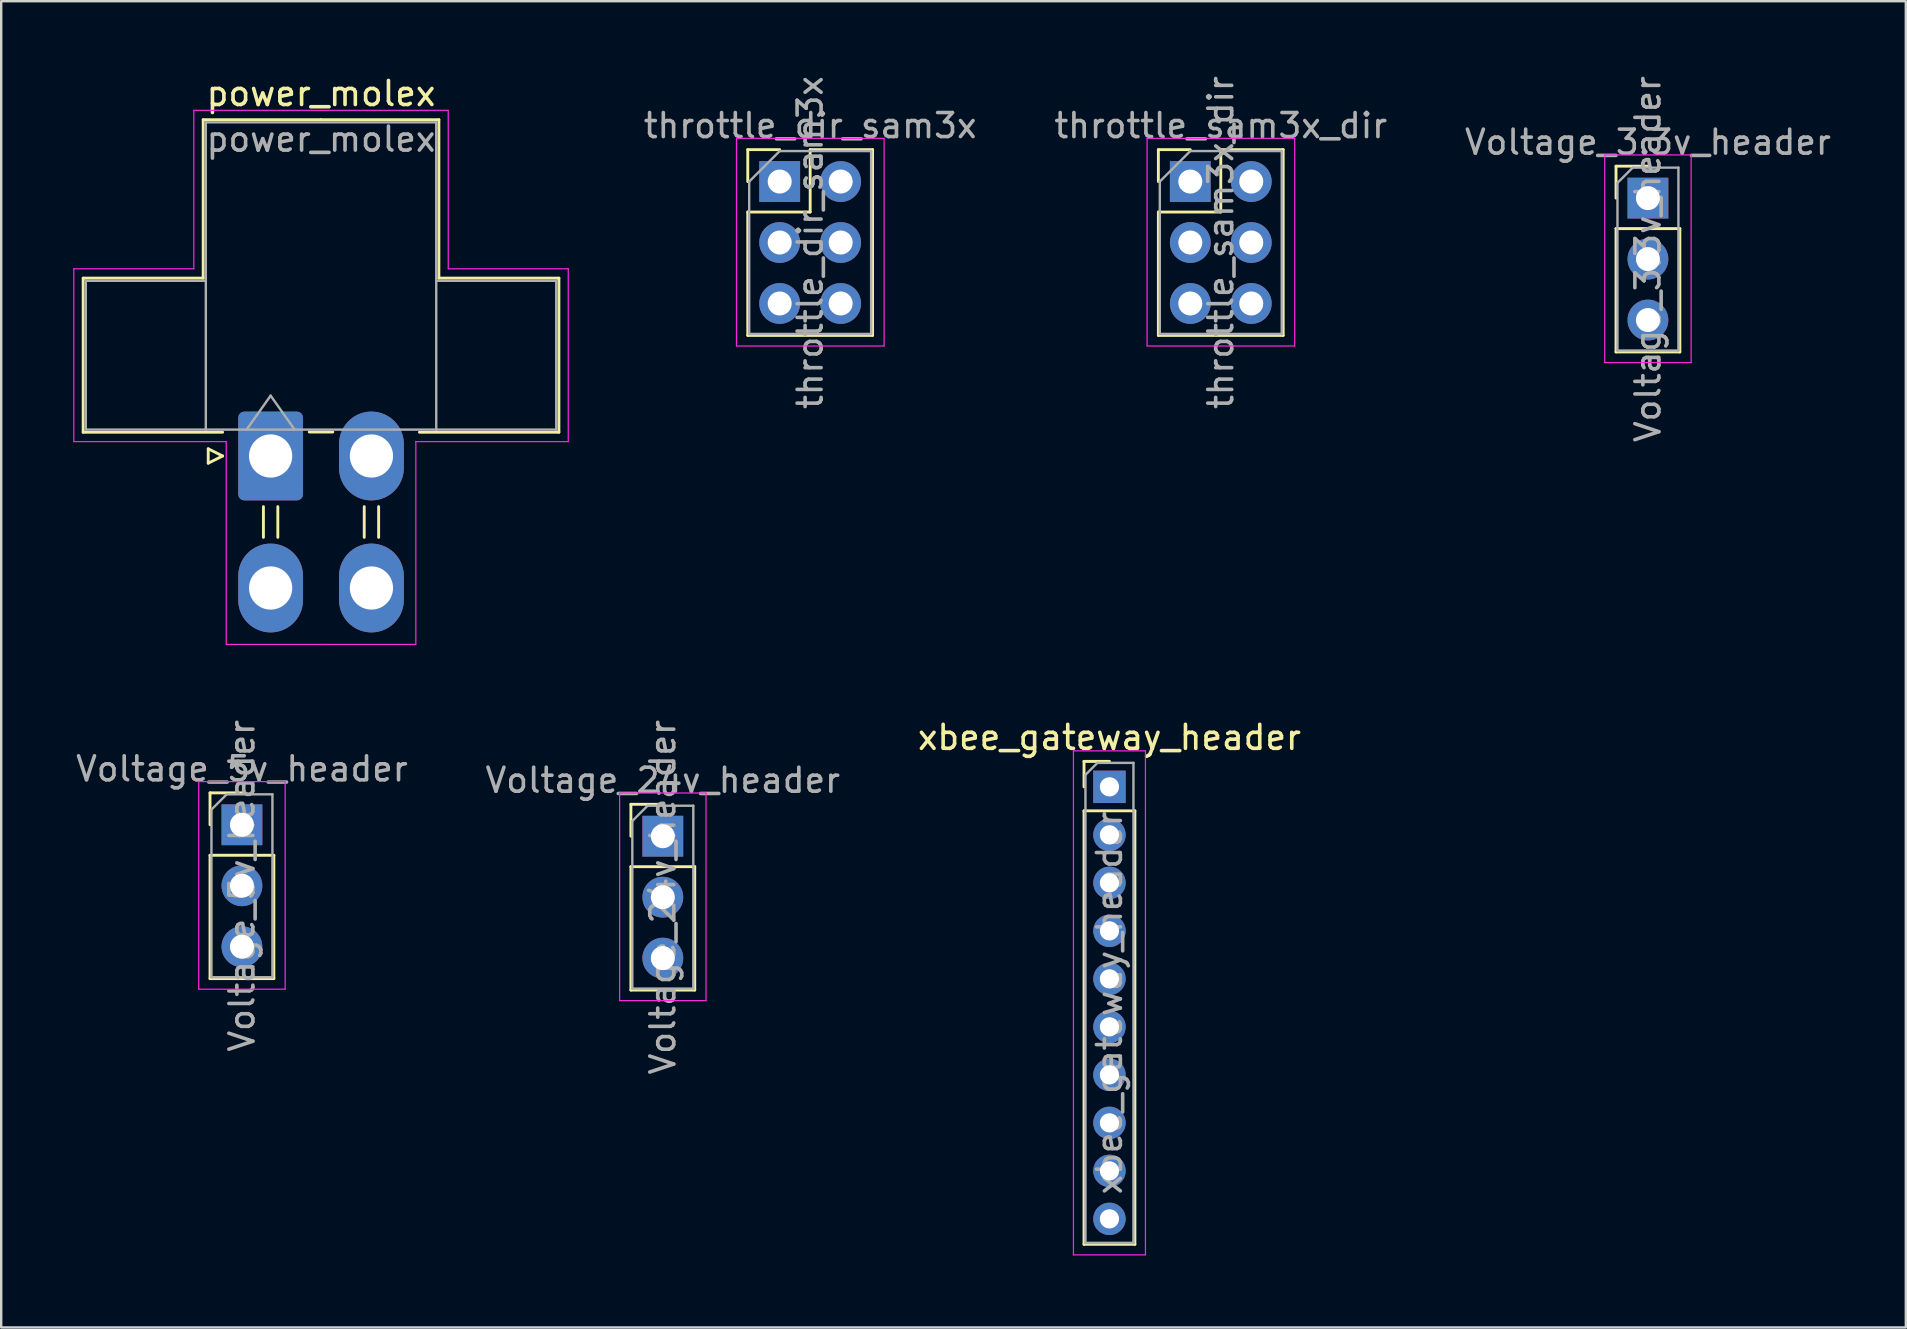
<source format=kicad_pcb>
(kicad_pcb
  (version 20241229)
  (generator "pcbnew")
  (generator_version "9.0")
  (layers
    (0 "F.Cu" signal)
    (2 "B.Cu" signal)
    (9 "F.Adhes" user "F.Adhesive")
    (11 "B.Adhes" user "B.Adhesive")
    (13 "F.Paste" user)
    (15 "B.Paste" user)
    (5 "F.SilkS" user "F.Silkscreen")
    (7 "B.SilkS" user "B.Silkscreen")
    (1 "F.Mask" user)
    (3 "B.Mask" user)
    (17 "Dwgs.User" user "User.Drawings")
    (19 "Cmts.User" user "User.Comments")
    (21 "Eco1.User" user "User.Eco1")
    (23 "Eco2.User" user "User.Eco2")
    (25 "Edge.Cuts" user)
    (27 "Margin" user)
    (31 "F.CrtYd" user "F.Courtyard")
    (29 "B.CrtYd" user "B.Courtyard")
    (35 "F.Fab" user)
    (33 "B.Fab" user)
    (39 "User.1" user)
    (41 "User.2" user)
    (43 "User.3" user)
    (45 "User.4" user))
  (footprint "Voltage_5v_header"
    (layer "F.Cu")
    (at 7.03 31.313)
    (property "Reference" "Voltage_5v_header" (at 0 -2.33 0) (layer "F.Fab") (effects (font (size 1 1) (thickness 0.15))))
    (attr through_hole)
    (fp_line (start -1.33 -1.33) (end 0 -1.33) (stroke (width 0.12) (type solid)) (layer "F.SilkS"))
    (fp_line (start -1.33 0) (end -1.33 -1.33) (stroke (width 0.12) (type solid)) (layer "F.SilkS"))
    (fp_line (start -1.33 1.27) (end -1.33 6.41) (stroke (width 0.12) (type solid)) (layer "F.SilkS"))
    (fp_line (start -1.33 1.27) (end 1.33 1.27) (stroke (width 0.12) (type solid)) (layer "F.SilkS"))
    (fp_line (start -1.33 6.41) (end 1.33 6.41) (stroke (width 0.12) (type solid)) (layer "F.SilkS"))
    (fp_line (start 1.33 1.27) (end 1.33 6.41) (stroke (width 0.12) (type solid)) (layer "F.SilkS"))
    (fp_line (start -1.8 -1.8) (end -1.8 6.85) (stroke (width 0.05) (type solid)) (layer "F.CrtYd"))
    (fp_line (start -1.8 6.85) (end 1.8 6.85) (stroke (width 0.05) (type solid)) (layer "F.CrtYd"))
    (fp_line (start 1.8 -1.8) (end -1.8 -1.8) (stroke (width 0.05) (type solid)) (layer "F.CrtYd"))
    (fp_line (start 1.8 6.85) (end 1.8 -1.8) (stroke (width 0.05) (type solid)) (layer "F.CrtYd"))
    (fp_line (start -1.27 -0.635) (end -0.635 -1.27) (stroke (width 0.1) (type solid)) (layer "F.Fab"))
    (fp_line (start -1.27 6.35) (end -1.27 -0.635) (stroke (width 0.1) (type solid)) (layer "F.Fab"))
    (fp_line (start -0.635 -1.27) (end 1.27 -1.27) (stroke (width 0.1) (type solid)) (layer "F.Fab"))
    (fp_line (start 1.27 -1.27) (end 1.27 6.35) (stroke (width 0.1) (type solid)) (layer "F.Fab"))
    (fp_line (start 1.27 6.35) (end -1.27 6.35) (stroke (width 0.1) (type solid)) (layer "F.Fab"))
    (fp_text user "${REFERENCE}" (at 0 2.54 90) (layer "F.Fab") (effects (font (size 1 1) (thickness 0.15))))
    (pad "1" thru_hole rect (at 0 0) (size 1.7 1.7) (drill 1) (layers "*.Cu" "*.Mask"))
    (pad "2" thru_hole oval (at 0 2.54) (size 1.7 1.7) (drill 1) (layers "*.Cu" "*.Mask"))
    (pad "3" thru_hole oval (at 0 5.08) (size 1.7 1.7) (drill 1) (layers "*.Cu" "*.Mask")))
  (footprint "xbee_gateway_header"
    (layer "F.Cu")
    (at 43.173 29.732)
    (property "Reference" "xbee_gateway_header" (at 0 -2.06 0) (layer "F.SilkS") (effects (font (size 1 1) (thickness 0.15))))
    (attr through_hole)
    (fp_line (start -1.06 -1.06) (end 0 -1.06) (stroke (width 0.12) (type solid)) (layer "F.SilkS"))
    (fp_line (start -1.06 0) (end -1.06 -1.06) (stroke (width 0.12) (type solid)) (layer "F.SilkS"))
    (fp_line (start -1.06 1) (end -1.06 19.06) (stroke (width 0.12) (type solid)) (layer "F.SilkS"))
    (fp_line (start -1.06 1) (end 1.06 1) (stroke (width 0.12) (type solid)) (layer "F.SilkS"))
    (fp_line (start -1.06 19.06) (end 1.06 19.06) (stroke (width 0.12) (type solid)) (layer "F.SilkS"))
    (fp_line (start 1.06 1) (end 1.06 19.06) (stroke (width 0.12) (type solid)) (layer "F.SilkS"))
    (fp_line (start -1.5 -1.5) (end -1.5 19.5) (stroke (width 0.05) (type solid)) (layer "F.CrtYd"))
    (fp_line (start -1.5 19.5) (end 1.5 19.5) (stroke (width 0.05) (type solid)) (layer "F.CrtYd"))
    (fp_line (start 1.5 -1.5) (end -1.5 -1.5) (stroke (width 0.05) (type solid)) (layer "F.CrtYd"))
    (fp_line (start 1.5 19.5) (end 1.5 -1.5) (stroke (width 0.05) (type solid)) (layer "F.CrtYd"))
    (fp_line (start -1 -0.5) (end -0.5 -1) (stroke (width 0.1) (type solid)) (layer "F.Fab"))
    (fp_line (start -1 19) (end -1 -0.5) (stroke (width 0.1) (type solid)) (layer "F.Fab"))
    (fp_line (start -0.5 -1) (end 1 -1) (stroke (width 0.1) (type solid)) (layer "F.Fab"))
    (fp_line (start 1 -1) (end 1 19) (stroke (width 0.1) (type solid)) (layer "F.Fab"))
    (fp_line (start 1 19) (end -1 19) (stroke (width 0.1) (type solid)) (layer "F.Fab"))
    (fp_text user "${REFERENCE}" (at 0 9 90) (layer "F.Fab") (effects (font (size 1 1) (thickness 0.15))))
    (pad "1" thru_hole rect (at 0 0) (size 1.35 1.35) (drill 0.8) (layers "*.Cu" "*.Mask"))
    (pad "2" thru_hole oval (at 0 2) (size 1.35 1.35) (drill 0.8) (layers "*.Cu" "*.Mask"))
    (pad "3" thru_hole oval (at 0 4) (size 1.35 1.35) (drill 0.8) (layers "*.Cu" "*.Mask"))
    (pad "4" thru_hole oval (at 0 6) (size 1.35 1.35) (drill 0.8) (layers "*.Cu" "*.Mask"))
    (pad "5" thru_hole oval (at 0 8) (size 1.35 1.35) (drill 0.8) (layers "*.Cu" "*.Mask"))
    (pad "6" thru_hole oval (at 0 10) (size 1.35 1.35) (drill 0.8) (layers "*.Cu" "*.Mask"))
    (pad "7" thru_hole oval (at 0 12) (size 1.35 1.35) (drill 0.8) (layers "*.Cu" "*.Mask"))
    (pad "8" thru_hole oval (at 0 14) (size 1.35 1.35) (drill 0.8) (layers "*.Cu" "*.Mask"))
    (pad "9" thru_hole oval (at 0 16) (size 1.35 1.35) (drill 0.8) (layers "*.Cu" "*.Mask"))
    (pad "10" thru_hole oval (at 0 18) (size 1.35 1.35) (drill 0.8) (layers "*.Cu" "*.Mask")))
  (footprint "Voltage_3.3v_header"
    (layer "F.Cu")
    (at 65.608 5.204)
    (property "Reference" "Voltage_3.3v_header" (at 0 -2.33 0) (layer "F.Fab") (effects (font (size 1 1) (thickness 0.15))))
    (attr through_hole)
    (fp_line (start -1.33 -1.33) (end 0 -1.33) (stroke (width 0.12) (type solid)) (layer "F.SilkS"))
    (fp_line (start -1.33 0) (end -1.33 -1.33) (stroke (width 0.12) (type solid)) (layer "F.SilkS"))
    (fp_line (start -1.33 1.27) (end -1.33 6.41) (stroke (width 0.12) (type solid)) (layer "F.SilkS"))
    (fp_line (start -1.33 1.27) (end 1.33 1.27) (stroke (width 0.12) (type solid)) (layer "F.SilkS"))
    (fp_line (start -1.33 6.41) (end 1.33 6.41) (stroke (width 0.12) (type solid)) (layer "F.SilkS"))
    (fp_line (start 1.33 1.27) (end 1.33 6.41) (stroke (width 0.12) (type solid)) (layer "F.SilkS"))
    (fp_line (start -1.8 -1.8) (end -1.8 6.85) (stroke (width 0.05) (type solid)) (layer "F.CrtYd"))
    (fp_line (start -1.8 6.85) (end 1.8 6.85) (stroke (width 0.05) (type solid)) (layer "F.CrtYd"))
    (fp_line (start 1.8 -1.8) (end -1.8 -1.8) (stroke (width 0.05) (type solid)) (layer "F.CrtYd"))
    (fp_line (start 1.8 6.85) (end 1.8 -1.8) (stroke (width 0.05) (type solid)) (layer "F.CrtYd"))
    (fp_line (start -1.27 -0.635) (end -0.635 -1.27) (stroke (width 0.1) (type solid)) (layer "F.Fab"))
    (fp_line (start -1.27 6.35) (end -1.27 -0.635) (stroke (width 0.1) (type solid)) (layer "F.Fab"))
    (fp_line (start -0.635 -1.27) (end 1.27 -1.27) (stroke (width 0.1) (type solid)) (layer "F.Fab"))
    (fp_line (start 1.27 -1.27) (end 1.27 6.35) (stroke (width 0.1) (type solid)) (layer "F.Fab"))
    (fp_line (start 1.27 6.35) (end -1.27 6.35) (stroke (width 0.1) (type solid)) (layer "F.Fab"))
    (fp_text user "${REFERENCE}" (at 0 2.54 90) (layer "F.Fab") (effects (font (size 1 1) (thickness 0.15))))
    (pad "1" thru_hole rect (at 0 0) (size 1.7 1.7) (drill 1) (layers "*.Cu" "*.Mask"))
    (pad "2" thru_hole oval (at 0 2.54) (size 1.7 1.7) (drill 1) (layers "*.Cu" "*.Mask"))
    (pad "3" thru_hole oval (at 0 5.08) (size 1.7 1.7) (drill 1) (layers "*.Cu" "*.Mask")))
  (footprint "Voltage_24v_header"
    (layer "F.Cu")
    (at 24.565 31.789)
    (property "Reference" "Voltage_24v_header" (at 0 -2.33 0) (layer "F.Fab") (effects (font (size 1 1) (thickness 0.15))))
    (attr through_hole)
    (fp_line (start -1.33 -1.33) (end 0 -1.33) (stroke (width 0.12) (type solid)) (layer "F.SilkS"))
    (fp_line (start -1.33 0) (end -1.33 -1.33) (stroke (width 0.12) (type solid)) (layer "F.SilkS"))
    (fp_line (start -1.33 1.27) (end -1.33 6.41) (stroke (width 0.12) (type solid)) (layer "F.SilkS"))
    (fp_line (start -1.33 1.27) (end 1.33 1.27) (stroke (width 0.12) (type solid)) (layer "F.SilkS"))
    (fp_line (start -1.33 6.41) (end 1.33 6.41) (stroke (width 0.12) (type solid)) (layer "F.SilkS"))
    (fp_line (start 1.33 1.27) (end 1.33 6.41) (stroke (width 0.12) (type solid)) (layer "F.SilkS"))
    (fp_line (start -1.8 -1.8) (end -1.8 6.85) (stroke (width 0.05) (type solid)) (layer "F.CrtYd"))
    (fp_line (start -1.8 6.85) (end 1.8 6.85) (stroke (width 0.05) (type solid)) (layer "F.CrtYd"))
    (fp_line (start 1.8 -1.8) (end -1.8 -1.8) (stroke (width 0.05) (type solid)) (layer "F.CrtYd"))
    (fp_line (start 1.8 6.85) (end 1.8 -1.8) (stroke (width 0.05) (type solid)) (layer "F.CrtYd"))
    (fp_line (start -1.27 -0.635) (end -0.635 -1.27) (stroke (width 0.1) (type solid)) (layer "F.Fab"))
    (fp_line (start -1.27 6.35) (end -1.27 -0.635) (stroke (width 0.1) (type solid)) (layer "F.Fab"))
    (fp_line (start -0.635 -1.27) (end 1.27 -1.27) (stroke (width 0.1) (type solid)) (layer "F.Fab"))
    (fp_line (start 1.27 -1.27) (end 1.27 6.35) (stroke (width 0.1) (type solid)) (layer "F.Fab"))
    (fp_line (start 1.27 6.35) (end -1.27 6.35) (stroke (width 0.1) (type solid)) (layer "F.Fab"))
    (fp_text user "${REFERENCE}" (at 0 2.54 90) (layer "F.Fab") (effects (font (size 1 1) (thickness 0.15))))
    (pad "1" thru_hole rect (at 0 0) (size 1.7 1.7) (drill 1) (layers "*.Cu" "*.Mask"))
    (pad "2" thru_hole oval (at 0 2.54) (size 1.7 1.7) (drill 1) (layers "*.Cu" "*.Mask"))
    (pad "3" thru_hole oval (at 0 5.08) (size 1.7 1.7) (drill 1) (layers "*.Cu" "*.Mask")))
  (footprint "throttle_dir_sam3x"
    (layer "F.Cu")
    (at 29.434 4.514)
    (property "Reference" "throttle_dir_sam3x" (at 1.27 -2.33 0) (layer "F.Fab") (effects (font (size 1 1) (thickness 0.15))))
    (attr through_hole)
    (fp_line (start -1.33 -1.33) (end 0 -1.33) (stroke (width 0.12) (type solid)) (layer "F.SilkS"))
    (fp_line (start -1.33 0) (end -1.33 -1.33) (stroke (width 0.12) (type solid)) (layer "F.SilkS"))
    (fp_line (start -1.33 1.27) (end -1.33 6.41) (stroke (width 0.12) (type solid)) (layer "F.SilkS"))
    (fp_line (start -1.33 1.27) (end 1.27 1.27) (stroke (width 0.12) (type solid)) (layer "F.SilkS"))
    (fp_line (start -1.33 6.41) (end 3.87 6.41) (stroke (width 0.12) (type solid)) (layer "F.SilkS"))
    (fp_line (start 1.27 -1.33) (end 3.87 -1.33) (stroke (width 0.12) (type solid)) (layer "F.SilkS"))
    (fp_line (start 1.27 1.27) (end 1.27 -1.33) (stroke (width 0.12) (type solid)) (layer "F.SilkS"))
    (fp_line (start 3.87 -1.33) (end 3.87 6.41) (stroke (width 0.12) (type solid)) (layer "F.SilkS"))
    (fp_line (start -1.8 -1.8) (end -1.8 6.85) (stroke (width 0.05) (type solid)) (layer "F.CrtYd"))
    (fp_line (start -1.8 6.85) (end 4.35 6.85) (stroke (width 0.05) (type solid)) (layer "F.CrtYd"))
    (fp_line (start 4.35 -1.8) (end -1.8 -1.8) (stroke (width 0.05) (type solid)) (layer "F.CrtYd"))
    (fp_line (start 4.35 6.85) (end 4.35 -1.8) (stroke (width 0.05) (type solid)) (layer "F.CrtYd"))
    (fp_line (start -1.27 0) (end 0 -1.27) (stroke (width 0.1) (type solid)) (layer "F.Fab"))
    (fp_line (start -1.27 6.35) (end -1.27 0) (stroke (width 0.1) (type solid)) (layer "F.Fab"))
    (fp_line (start 0 -1.27) (end 3.81 -1.27) (stroke (width 0.1) (type solid)) (layer "F.Fab"))
    (fp_line (start 3.81 -1.27) (end 3.81 6.35) (stroke (width 0.1) (type solid)) (layer "F.Fab"))
    (fp_line (start 3.81 6.35) (end -1.27 6.35) (stroke (width 0.1) (type solid)) (layer "F.Fab"))
    (fp_text user "${REFERENCE}" (at 1.27 2.54 90) (layer "F.Fab") (effects (font (size 1 1) (thickness 0.15))))
    (pad "1" thru_hole rect (at 0 0) (size 1.7 1.7) (drill 1) (layers "*.Cu" "*.Mask"))
    (pad "2" thru_hole oval (at 2.54 0) (size 1.7 1.7) (drill 1) (layers "*.Cu" "*.Mask"))
    (pad "3" thru_hole oval (at 0 2.54) (size 1.7 1.7) (drill 1) (layers "*.Cu" "*.Mask"))
    (pad "4" thru_hole oval (at 2.54 2.54) (size 1.7 1.7) (drill 1) (layers "*.Cu" "*.Mask"))
    (pad "5" thru_hole oval (at 0 5.08) (size 1.7 1.7) (drill 1) (layers "*.Cu" "*.Mask"))
    (pad "6" thru_hole oval (at 2.54 5.08) (size 1.7 1.7) (drill 1) (layers "*.Cu" "*.Mask")))
  (footprint "throttle_sam3x_dir"
    (layer "F.Cu")
    (at 46.541 4.514)
    (property "Reference" "throttle_sam3x_dir" (at 1.27 -2.33 0) (layer "F.Fab") (effects (font (size 1 1) (thickness 0.15))))
    (attr through_hole)
    (fp_line (start -1.33 -1.33) (end 0 -1.33) (stroke (width 0.12) (type solid)) (layer "F.SilkS"))
    (fp_line (start -1.33 0) (end -1.33 -1.33) (stroke (width 0.12) (type solid)) (layer "F.SilkS"))
    (fp_line (start -1.33 1.27) (end -1.33 6.41) (stroke (width 0.12) (type solid)) (layer "F.SilkS"))
    (fp_line (start -1.33 1.27) (end 1.27 1.27) (stroke (width 0.12) (type solid)) (layer "F.SilkS"))
    (fp_line (start -1.33 6.41) (end 3.87 6.41) (stroke (width 0.12) (type solid)) (layer "F.SilkS"))
    (fp_line (start 1.27 -1.33) (end 3.87 -1.33) (stroke (width 0.12) (type solid)) (layer "F.SilkS"))
    (fp_line (start 1.27 1.27) (end 1.27 -1.33) (stroke (width 0.12) (type solid)) (layer "F.SilkS"))
    (fp_line (start 3.87 -1.33) (end 3.87 6.41) (stroke (width 0.12) (type solid)) (layer "F.SilkS"))
    (fp_line (start -1.8 -1.8) (end -1.8 6.85) (stroke (width 0.05) (type solid)) (layer "F.CrtYd"))
    (fp_line (start -1.8 6.85) (end 4.35 6.85) (stroke (width 0.05) (type solid)) (layer "F.CrtYd"))
    (fp_line (start 4.35 -1.8) (end -1.8 -1.8) (stroke (width 0.05) (type solid)) (layer "F.CrtYd"))
    (fp_line (start 4.35 6.85) (end 4.35 -1.8) (stroke (width 0.05) (type solid)) (layer "F.CrtYd"))
    (fp_line (start -1.27 0) (end 0 -1.27) (stroke (width 0.1) (type solid)) (layer "F.Fab"))
    (fp_line (start -1.27 6.35) (end -1.27 0) (stroke (width 0.1) (type solid)) (layer "F.Fab"))
    (fp_line (start 0 -1.27) (end 3.81 -1.27) (stroke (width 0.1) (type solid)) (layer "F.Fab"))
    (fp_line (start 3.81 -1.27) (end 3.81 6.35) (stroke (width 0.1) (type solid)) (layer "F.Fab"))
    (fp_line (start 3.81 6.35) (end -1.27 6.35) (stroke (width 0.1) (type solid)) (layer "F.Fab"))
    (fp_text user "${REFERENCE}" (at 1.27 2.54 90) (layer "F.Fab") (effects (font (size 1 1) (thickness 0.15))))
    (pad "1" thru_hole rect (at 0 0) (size 1.7 1.7) (drill 1) (layers "*.Cu" "*.Mask"))
    (pad "2" thru_hole oval (at 2.54 0) (size 1.7 1.7) (drill 1) (layers "*.Cu" "*.Mask"))
    (pad "3" thru_hole oval (at 0 2.54) (size 1.7 1.7) (drill 1) (layers "*.Cu" "*.Mask"))
    (pad "4" thru_hole oval (at 2.54 2.54) (size 1.7 1.7) (drill 1) (layers "*.Cu" "*.Mask"))
    (pad "5" thru_hole oval (at 0 5.08) (size 1.7 1.7) (drill 1) (layers "*.Cu" "*.Mask"))
    (pad "6" thru_hole oval (at 2.54 5.08) (size 1.7 1.7) (drill 1) (layers "*.Cu" "*.Mask")))
  (footprint "power_molex"
    (layer "F.Cu")
    (at 8.225 15.948)
    (property "Reference" "power_molex" (at 2.1 -15.1 0) (layer "F.SilkS") (effects (font (size 1 1) (thickness 0.15))))
    (attr through_hole)
    (fp_line (start -7.81 -7.41) (end -7.81 -0.99) (stroke (width 0.12) (type solid)) (layer "F.SilkS"))
    (fp_line (start -7.81 -0.99) (end -2 -0.99) (stroke (width 0.12) (type solid)) (layer "F.SilkS"))
    (fp_line (start -2.81 -14.01) (end -2.81 -7.41) (stroke (width 0.12) (type solid)) (layer "F.SilkS"))
    (fp_line (start -2.81 -7.41) (end -7.81 -7.41) (stroke (width 0.12) (type solid)) (layer "F.SilkS"))
    (fp_line (start -2.6 -0.3) (end -2 0) (stroke (width 0.12) (type solid)) (layer "F.SilkS"))
    (fp_line (start -2.6 0.3) (end -2.6 -0.3) (stroke (width 0.12) (type solid)) (layer "F.SilkS"))
    (fp_line (start -2 0) (end -2.6 0.3) (stroke (width 0.12) (type solid)) (layer "F.SilkS"))
    (fp_line (start -0.3 2.11) (end -0.3 3.39) (stroke (width 0.12) (type solid)) (layer "F.SilkS"))
    (fp_line (start 0.3 2.11) (end 0.3 3.39) (stroke (width 0.12) (type solid)) (layer "F.SilkS"))
    (fp_line (start 1.61 -1) (end 2.59 -1) (stroke (width 0.12) (type solid)) (layer "F.SilkS"))
    (fp_line (start 2.1 -14.01) (end -2.81 -14.01) (stroke (width 0.12) (type solid)) (layer "F.SilkS"))
    (fp_line (start 2.1 -14.01) (end 7.01 -14.01) (stroke (width 0.12) (type solid)) (layer "F.SilkS"))
    (fp_line (start 3.9 2.11) (end 3.9 3.39) (stroke (width 0.12) (type solid)) (layer "F.SilkS"))
    (fp_line (start 4.5 2.11) (end 4.5 3.39) (stroke (width 0.12) (type solid)) (layer "F.SilkS"))
    (fp_line (start 7.01 -14.01) (end 7.01 -7.41) (stroke (width 0.12) (type solid)) (layer "F.SilkS"))
    (fp_line (start 7.01 -7.41) (end 12.01 -7.41) (stroke (width 0.12) (type solid)) (layer "F.SilkS"))
    (fp_line (start 12.01 -7.41) (end 12.01 -0.99) (stroke (width 0.12) (type solid)) (layer "F.SilkS"))
    (fp_line (start 12.01 -0.99) (end 6.2 -0.99) (stroke (width 0.12) (type solid)) (layer "F.SilkS"))
    (fp_line (start -8.2 -7.8) (end -8.2 -0.6) (stroke (width 0.05) (type solid)) (layer "F.CrtYd"))
    (fp_line (start -8.2 -0.6) (end -1.85 -0.6) (stroke (width 0.05) (type solid)) (layer "F.CrtYd"))
    (fp_line (start -3.2 -14.4) (end -3.2 -7.8) (stroke (width 0.05) (type solid)) (layer "F.CrtYd"))
    (fp_line (start -3.2 -7.8) (end -8.2 -7.8) (stroke (width 0.05) (type solid)) (layer "F.CrtYd"))
    (fp_line (start -1.85 -0.6) (end -1.85 7.85) (stroke (width 0.05) (type solid)) (layer "F.CrtYd"))
    (fp_line (start -1.85 7.85) (end 2.1 7.85) (stroke (width 0.05) (type solid)) (layer "F.CrtYd"))
    (fp_line (start 2.1 -14.4) (end -3.2 -14.4) (stroke (width 0.05) (type solid)) (layer "F.CrtYd"))
    (fp_line (start 2.1 -14.4) (end 7.4 -14.4) (stroke (width 0.05) (type solid)) (layer "F.CrtYd"))
    (fp_line (start 6.05 -0.6) (end 6.05 7.85) (stroke (width 0.05) (type solid)) (layer "F.CrtYd"))
    (fp_line (start 6.05 7.85) (end 2.1 7.85) (stroke (width 0.05) (type solid)) (layer "F.CrtYd"))
    (fp_line (start 7.4 -14.4) (end 7.4 -7.8) (stroke (width 0.05) (type solid)) (layer "F.CrtYd"))
    (fp_line (start 7.4 -7.8) (end 12.4 -7.8) (stroke (width 0.05) (type solid)) (layer "F.CrtYd"))
    (fp_line (start 12.4 -7.8) (end 12.4 -0.6) (stroke (width 0.05) (type solid)) (layer "F.CrtYd"))
    (fp_line (start 12.4 -0.6) (end 6.05 -0.6) (stroke (width 0.05) (type solid)) (layer "F.CrtYd"))
    (fp_line (start -7.7 -7.3) (end -7.7 -1.1) (stroke (width 0.1) (type solid)) (layer "F.Fab"))
    (fp_line (start -7.7 -1.1) (end -2.7 -1.1) (stroke (width 0.1) (type solid)) (layer "F.Fab"))
    (fp_line (start -2.7 -13.9) (end -2.7 -1.1) (stroke (width 0.1) (type solid)) (layer "F.Fab"))
    (fp_line (start -2.7 -7.3) (end -7.7 -7.3) (stroke (width 0.1) (type solid)) (layer "F.Fab"))
    (fp_line (start -2.7 -1.1) (end 6.9 -1.1) (stroke (width 0.1) (type solid)) (layer "F.Fab"))
    (fp_line (start -1 -1.1) (end 0 -2.514) (stroke (width 0.1) (type solid)) (layer "F.Fab"))
    (fp_line (start 0 -2.514) (end 1 -1.1) (stroke (width 0.1) (type solid)) (layer "F.Fab"))
    (fp_line (start 6.9 -13.9) (end -2.7 -13.9) (stroke (width 0.1) (type solid)) (layer "F.Fab"))
    (fp_line (start 6.9 -7.3) (end 11.9 -7.3) (stroke (width 0.1) (type solid)) (layer "F.Fab"))
    (fp_line (start 6.9 -1.1) (end 6.9 -13.9) (stroke (width 0.1) (type solid)) (layer "F.Fab"))
    (fp_line (start 11.9 -7.3) (end 11.9 -1.1) (stroke (width 0.1) (type solid)) (layer "F.Fab"))
    (fp_line (start 11.9 -1.1) (end 6.9 -1.1) (stroke (width 0.1) (type solid)) (layer "F.Fab"))
    (fp_text user "${REFERENCE}" (at 2.1 -13.2 0) (layer "F.Fab") (effects (font (size 1 1) (thickness 0.15))))
    (pad "1" thru_hole roundrect (at 0 0) (size 2.7 3.7) (drill 1.8) (layers "*.Cu" "*.Mask") (roundrect_rratio 0.093))
    (pad "2" thru_hole oval (at 4.2 0) (size 2.7 3.7) (drill 1.8) (layers "*.Cu" "*.Mask"))
    (pad "3" thru_hole oval (at 0 5.5) (size 2.7 3.7) (drill 1.8) (layers "*.Cu" "*.Mask"))
    (pad "4" thru_hole oval (at 4.2 5.5) (size 2.7 3.7) (drill 1.8) (layers "*.Cu" "*.Mask")))
  (gr_rect
    (start -3 -3)
    (end 76.352 52.257)
    (stroke (width 0.1) (type default))
    (fill no)
    (layer "Edge.Cuts")))
</source>
